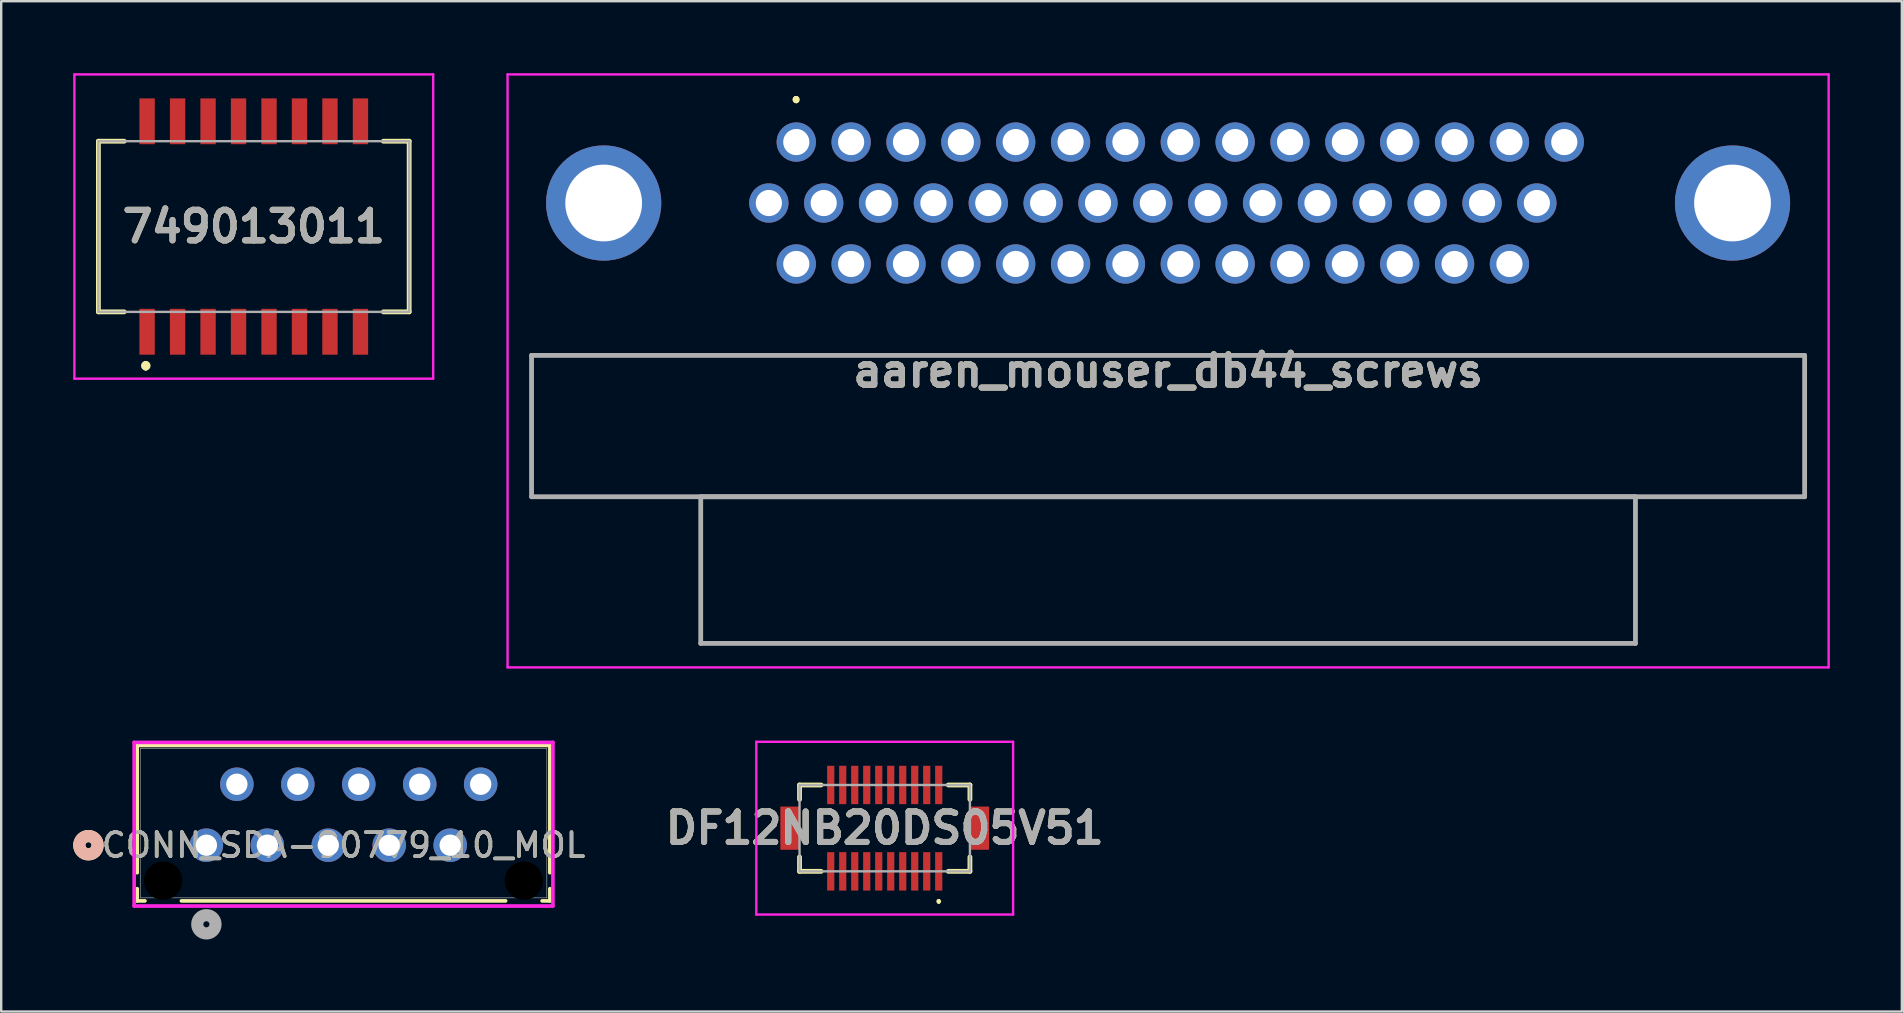
<source format=kicad_pcb>
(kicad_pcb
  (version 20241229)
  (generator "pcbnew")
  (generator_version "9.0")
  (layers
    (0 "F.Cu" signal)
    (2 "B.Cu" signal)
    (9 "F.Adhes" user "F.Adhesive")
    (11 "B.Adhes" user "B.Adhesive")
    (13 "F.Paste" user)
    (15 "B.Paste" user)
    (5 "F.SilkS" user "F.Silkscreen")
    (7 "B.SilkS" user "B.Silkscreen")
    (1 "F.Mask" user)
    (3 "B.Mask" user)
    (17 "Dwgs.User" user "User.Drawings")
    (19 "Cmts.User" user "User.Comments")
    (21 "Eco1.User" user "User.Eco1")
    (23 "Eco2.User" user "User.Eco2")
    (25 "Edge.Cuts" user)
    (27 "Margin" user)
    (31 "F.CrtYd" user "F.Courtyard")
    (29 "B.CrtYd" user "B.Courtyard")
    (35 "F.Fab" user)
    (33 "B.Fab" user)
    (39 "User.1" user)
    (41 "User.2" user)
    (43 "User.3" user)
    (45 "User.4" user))
  (footprint "749013011"
    (layer "F.Cu")
    (at 7.525 6.39)
    (property "Reference" "749013011" (at 0 0 0) (layer "F.SilkS") (effects (font (size 1.27 1.27) (thickness 0.254))))
    (attr smd)
    (fp_line (start -6.475 -3.555) (end -6.475 3.555) (stroke (width 0.2) (type solid)) (layer "F.SilkS"))
    (fp_line (start -6.475 3.555) (end -5.4 3.555) (stroke (width 0.2) (type solid)) (layer "F.SilkS"))
    (fp_line (start -5.4 -3.555) (end -6.475 -3.555) (stroke (width 0.2) (type solid)) (layer "F.SilkS"))
    (fp_line (start -4.5 5.7) (end -4.5 5.7) (stroke (width 0.2) (type solid)) (layer "F.SilkS"))
    (fp_line (start -4.5 5.9) (end -4.5 5.9) (stroke (width 0.2) (type solid)) (layer "F.SilkS"))
    (fp_line (start 5.4 -3.555) (end 6.475 -3.555) (stroke (width 0.2) (type solid)) (layer "F.SilkS"))
    (fp_line (start 6.475 -3.555) (end 6.475 3.555) (stroke (width 0.2) (type solid)) (layer "F.SilkS"))
    (fp_line (start 6.475 3.555) (end 5.4 3.555) (stroke (width 0.2) (type solid)) (layer "F.SilkS"))
    (fp_arc (start -4.5 5.7) (mid -4.4 5.8) (end -4.5 5.9) (stroke (width 0.2) (type solid)) (layer "F.SilkS"))
    (fp_arc (start -4.5 5.9) (mid -4.6 5.8) (end -4.5 5.7) (stroke (width 0.2) (type solid)) (layer "F.SilkS"))
    (fp_line (start -7.475 -6.34) (end 7.475 -6.34) (stroke (width 0.1) (type solid)) (layer "F.CrtYd"))
    (fp_line (start -7.475 6.34) (end -7.475 -6.34) (stroke (width 0.1) (type solid)) (layer "F.CrtYd"))
    (fp_line (start 7.475 -6.34) (end 7.475 6.34) (stroke (width 0.1) (type solid)) (layer "F.CrtYd"))
    (fp_line (start 7.475 6.34) (end -7.475 6.34) (stroke (width 0.1) (type solid)) (layer "F.CrtYd"))
    (fp_line (start -6.475 -3.555) (end 6.475 -3.555) (stroke (width 0.1) (type solid)) (layer "F.Fab"))
    (fp_line (start -6.475 3.555) (end -6.475 -3.555) (stroke (width 0.1) (type solid)) (layer "F.Fab"))
    (fp_line (start 6.475 -3.555) (end 6.475 3.555) (stroke (width 0.1) (type solid)) (layer "F.Fab"))
    (fp_line (start 6.475 3.555) (end -6.475 3.555) (stroke (width 0.1) (type solid)) (layer "F.Fab"))
    (fp_text user "${REFERENCE}" (at 0 0 0) (layer "F.Fab") (effects (font (size 1.27 1.27) (thickness 0.254))))
    (pad "1" smd rect (at -4.445 4.385) (size 0.64 1.91) (layers "F.Cu" "F.Mask" "F.Paste"))
    (pad "2" smd rect (at -3.175 4.385) (size 0.64 1.91) (layers "F.Cu" "F.Mask" "F.Paste"))
    (pad "3" smd rect (at -1.905 4.385) (size 0.64 1.91) (layers "F.Cu" "F.Mask" "F.Paste"))
    (pad "4" smd rect (at -0.635 4.385) (size 0.64 1.91) (layers "F.Cu" "F.Mask" "F.Paste"))
    (pad "5" smd rect (at 0.635 4.385) (size 0.64 1.91) (layers "F.Cu" "F.Mask" "F.Paste"))
    (pad "6" smd rect (at 1.905 4.385) (size 0.64 1.91) (layers "F.Cu" "F.Mask" "F.Paste"))
    (pad "7" smd rect (at 3.175 4.385) (size 0.64 1.91) (layers "F.Cu" "F.Mask" "F.Paste"))
    (pad "8" smd rect (at 4.445 4.385) (size 0.64 1.91) (layers "F.Cu" "F.Mask" "F.Paste"))
    (pad "9" smd rect (at 4.445 -4.385) (size 0.64 1.91) (layers "F.Cu" "F.Mask" "F.Paste"))
    (pad "10" smd rect (at 3.175 -4.385) (size 0.64 1.91) (layers "F.Cu" "F.Mask" "F.Paste"))
    (pad "11" smd rect (at 1.905 -4.385) (size 0.64 1.91) (layers "F.Cu" "F.Mask" "F.Paste"))
    (pad "12" smd rect (at 0.635 -4.385) (size 0.64 1.91) (layers "F.Cu" "F.Mask" "F.Paste"))
    (pad "13" smd rect (at -0.635 -4.385) (size 0.64 1.91) (layers "F.Cu" "F.Mask" "F.Paste"))
    (pad "14" smd rect (at -1.905 -4.385) (size 0.64 1.91) (layers "F.Cu" "F.Mask" "F.Paste"))
    (pad "15" smd rect (at -3.175 -4.385) (size 0.64 1.91) (layers "F.Cu" "F.Mask" "F.Paste"))
    (pad "16" smd rect (at -4.445 -4.385) (size 0.64 1.91) (layers "F.Cu" "F.Mask" "F.Paste")))
  (footprint "CONN_SDA-90779_10_MOL"
    (layer "F.Cu")
    (at 5.55 32.17)
    (property "Reference" "CONN_SDA-90779_10_MOL" (at 5.715 0 0) (unlocked yes) (layer "F.SilkS") (effects (font (size 1 1) (thickness 0.15))))
    (attr through_hole)
    (fp_line (start -2.883 -4.157) (end -2.883 1.147) (stroke (width 0.152) (type solid)) (layer "F.SilkS"))
    (fp_line (start -2.883 1.813) (end -2.883 2.32) (stroke (width 0.152) (type solid)) (layer "F.SilkS"))
    (fp_line (start -2.883 2.32) (end -2.56 2.32) (stroke (width 0.152) (type solid)) (layer "F.SilkS"))
    (fp_line (start -1.04 2.32) (end 12.47 2.32) (stroke (width 0.152) (type solid)) (layer "F.SilkS"))
    (fp_line (start 13.99 2.32) (end 14.313 2.32) (stroke (width 0.152) (type solid)) (layer "F.SilkS"))
    (fp_line (start 14.313 -4.157) (end -2.883 -4.157) (stroke (width 0.152) (type solid)) (layer "F.SilkS"))
    (fp_line (start 14.313 1.147) (end 14.313 -4.157) (stroke (width 0.152) (type solid)) (layer "F.SilkS"))
    (fp_line (start 14.313 2.32) (end 14.313 1.813) (stroke (width 0.152) (type solid)) (layer "F.SilkS"))
    (fp_circle (center -4.915 0) (end -4.534 0) (stroke (width 0.508) (type solid)) (fill no) (layer "F.SilkS"))
    (fp_circle (center -4.915 0) (end -4.534 0) (stroke (width 0.508) (type solid)) (fill no) (layer "B.SilkS"))
    (fp_line (start -3.01 -4.284) (end -3.01 2.534) (stroke (width 0.152) (type solid)) (layer "F.CrtYd"))
    (fp_line (start -3.01 2.534) (end 14.44 2.534) (stroke (width 0.152) (type solid)) (layer "F.CrtYd"))
    (fp_line (start 14.44 -4.284) (end -3.01 -4.284) (stroke (width 0.152) (type solid)) (layer "F.CrtYd"))
    (fp_line (start 14.44 2.534) (end 14.44 -4.284) (stroke (width 0.152) (type solid)) (layer "F.CrtYd"))
    (fp_line (start -2.756 -4.03) (end -2.756 2.193) (stroke (width 0.025) (type solid)) (layer "F.Fab"))
    (fp_line (start -2.756 2.193) (end 14.186 2.193) (stroke (width 0.025) (type solid)) (layer "F.Fab"))
    (fp_line (start 14.186 -4.03) (end -2.756 -4.03) (stroke (width 0.025) (type solid)) (layer "F.Fab"))
    (fp_line (start 14.186 2.193) (end 14.186 -4.03) (stroke (width 0.025) (type solid)) (layer "F.Fab"))
    (fp_circle (center 0 3.296) (end 0.381 3.296) (stroke (width 0.508) (type solid)) (fill no) (layer "F.Fab"))
    (fp_text user "${REFERENCE}" (at 5.715 0 0) (unlocked yes) (layer "F.Fab") (effects (font (size 1 1) (thickness 0.15))))
    (pad "" np_thru_hole circle (at -1.8 1.48) (size 1.6 1.6) (drill 1.6) (layers))
    (pad "" np_thru_hole circle (at 13.23 1.48) (size 1.6 1.6) (drill 1.6) (layers))
    (pad "1" thru_hole circle (at 0 0) (size 1.397 1.397) (drill 0.889) (layers "*.Cu" "*.Mask"))
    (pad "2" thru_hole circle (at 1.27 -2.54) (size 1.397 1.397) (drill 0.889) (layers "*.Cu" "*.Mask"))
    (pad "3" thru_hole circle (at 2.54 0) (size 1.397 1.397) (drill 0.889) (layers "*.Cu" "*.Mask"))
    (pad "4" thru_hole circle (at 3.81 -2.54) (size 1.397 1.397) (drill 0.889) (layers "*.Cu" "*.Mask"))
    (pad "5" thru_hole circle (at 5.08 0) (size 1.397 1.397) (drill 0.889) (layers "*.Cu" "*.Mask"))
    (pad "6" thru_hole circle (at 6.35 -2.54) (size 1.397 1.397) (drill 0.889) (layers "*.Cu" "*.Mask"))
    (pad "7" thru_hole circle (at 7.62 0) (size 1.397 1.397) (drill 0.889) (layers "*.Cu" "*.Mask"))
    (pad "8" thru_hole circle (at 8.89 -2.54) (size 1.397 1.397) (drill 0.889) (layers "*.Cu" "*.Mask"))
    (pad "9" thru_hole circle (at 10.16 0) (size 1.397 1.397) (drill 0.889) (layers "*.Cu" "*.Mask"))
    (pad "10" thru_hole circle (at 11.43 -2.54) (size 1.397 1.397) (drill 0.889) (layers "*.Cu" "*.Mask")))
  (footprint "DF12NB20DS05V51"
    (layer "F.Cu")
    (at 33.817 31.46)
    (property "Reference" "DF12NB20DS05V51" (at 0 0 0) (layer "F.SilkS") (effects (font (size 1.27 1.27) (thickness 0.254))))
    (attr smd)
    (fp_line (start -3.55 -1.8) (end -3.55 -1.2) (stroke (width 0.2) (type solid)) (layer "F.SilkS"))
    (fp_line (start -3.55 1.2) (end -3.55 1.8) (stroke (width 0.2) (type solid)) (layer "F.SilkS"))
    (fp_line (start -3.55 1.8) (end -2.65 1.8) (stroke (width 0.2) (type solid)) (layer "F.SilkS"))
    (fp_line (start -2.65 -1.8) (end -3.55 -1.8) (stroke (width 0.2) (type solid)) (layer "F.SilkS"))
    (fp_line (start 2.25 3) (end 2.25 3) (stroke (width 0.1) (type solid)) (layer "F.SilkS"))
    (fp_line (start 2.25 3.1) (end 2.25 3.1) (stroke (width 0.1) (type solid)) (layer "F.SilkS"))
    (fp_line (start 2.65 -1.8) (end 3.55 -1.8) (stroke (width 0.2) (type solid)) (layer "F.SilkS"))
    (fp_line (start 2.65 1.8) (end 3.55 1.8) (stroke (width 0.2) (type solid)) (layer "F.SilkS"))
    (fp_line (start 3.55 -1.8) (end 3.55 -1.2) (stroke (width 0.2) (type solid)) (layer "F.SilkS"))
    (fp_line (start 3.55 1.8) (end 3.55 1.2) (stroke (width 0.2) (type solid)) (layer "F.SilkS"))
    (fp_arc (start 2.25 3) (mid 2.3 3.05) (end 2.25 3.1) (stroke (width 0.1) (type solid)) (layer "F.SilkS"))
    (fp_arc (start 2.25 3.1) (mid 2.2 3.05) (end 2.25 3) (stroke (width 0.1) (type solid)) (layer "F.SilkS"))
    (fp_line (start -5.35 -3.6) (end 5.35 -3.6) (stroke (width 0.1) (type solid)) (layer "F.CrtYd"))
    (fp_line (start -5.35 3.6) (end -5.35 -3.6) (stroke (width 0.1) (type solid)) (layer "F.CrtYd"))
    (fp_line (start 5.35 -3.6) (end 5.35 3.6) (stroke (width 0.1) (type solid)) (layer "F.CrtYd"))
    (fp_line (start 5.35 3.6) (end -5.35 3.6) (stroke (width 0.1) (type solid)) (layer "F.CrtYd"))
    (fp_line (start -3.55 -1.8) (end 3.55 -1.8) (stroke (width 0.1) (type solid)) (layer "F.Fab"))
    (fp_line (start -3.55 1.8) (end -3.55 -1.8) (stroke (width 0.1) (type solid)) (layer "F.Fab"))
    (fp_line (start 3.55 -1.8) (end 3.55 1.8) (stroke (width 0.1) (type solid)) (layer "F.Fab"))
    (fp_line (start 3.55 1.8) (end -3.55 1.8) (stroke (width 0.1) (type solid)) (layer "F.Fab"))
    (fp_text user "${REFERENCE}" (at 0 0 0) (layer "F.Fab") (effects (font (size 1.27 1.27) (thickness 0.254))))
    (pad "1" smd rect (at 2.25 1.8) (size 0.3 1.6) (layers "F.Cu" "F.Mask" "F.Paste"))
    (pad "2" smd rect (at 2.25 -1.8) (size 0.3 1.6) (layers "F.Cu" "F.Mask" "F.Paste"))
    (pad "3" smd rect (at 1.75 1.8) (size 0.3 1.6) (layers "F.Cu" "F.Mask" "F.Paste"))
    (pad "4" smd rect (at 1.75 -1.8) (size 0.3 1.6) (layers "F.Cu" "F.Mask" "F.Paste"))
    (pad "5" smd rect (at 1.25 1.8) (size 0.3 1.6) (layers "F.Cu" "F.Mask" "F.Paste"))
    (pad "6" smd rect (at 1.25 -1.8) (size 0.3 1.6) (layers "F.Cu" "F.Mask" "F.Paste"))
    (pad "7" smd rect (at 0.75 1.8) (size 0.3 1.6) (layers "F.Cu" "F.Mask" "F.Paste"))
    (pad "8" smd rect (at 0.75 -1.8) (size 0.3 1.6) (layers "F.Cu" "F.Mask" "F.Paste"))
    (pad "9" smd rect (at 0.25 1.8) (size 0.3 1.6) (layers "F.Cu" "F.Mask" "F.Paste"))
    (pad "10" smd rect (at 0.25 -1.8) (size 0.3 1.6) (layers "F.Cu" "F.Mask" "F.Paste"))
    (pad "11" smd rect (at -0.25 1.8) (size 0.3 1.6) (layers "F.Cu" "F.Mask" "F.Paste"))
    (pad "12" smd rect (at -0.25 -1.8) (size 0.3 1.6) (layers "F.Cu" "F.Mask" "F.Paste"))
    (pad "13" smd rect (at -0.75 1.8) (size 0.3 1.6) (layers "F.Cu" "F.Mask" "F.Paste"))
    (pad "14" smd rect (at -0.75 -1.8) (size 0.3 1.6) (layers "F.Cu" "F.Mask" "F.Paste"))
    (pad "15" smd rect (at -1.25 1.8) (size 0.3 1.6) (layers "F.Cu" "F.Mask" "F.Paste"))
    (pad "16" smd rect (at -1.25 -1.8) (size 0.3 1.6) (layers "F.Cu" "F.Mask" "F.Paste"))
    (pad "17" smd rect (at -1.75 1.8) (size 0.3 1.6) (layers "F.Cu" "F.Mask" "F.Paste"))
    (pad "18" smd rect (at -1.75 -1.8) (size 0.3 1.6) (layers "F.Cu" "F.Mask" "F.Paste"))
    (pad "19" smd rect (at -2.25 1.8) (size 0.3 1.6) (layers "F.Cu" "F.Mask" "F.Paste"))
    (pad "20" smd rect (at -2.25 -1.8) (size 0.3 1.6) (layers "F.Cu" "F.Mask" "F.Paste"))
    (pad "21" smd rect (at 3.95 0) (size 0.8 1.8) (layers "F.Cu" "F.Mask" "F.Paste"))
    (pad "22" smd rect (at -3.95 0) (size 0.8 1.8) (layers "F.Cu" "F.Mask" "F.Paste")))
  (footprint "aaren_mouser_db44_screws"
    (layer "F.Cu")
    (at 30.131 2.87)
    (property "Reference" "aaren_mouser_db44_screws" (at 15.494 9.535 0) (layer "F.SilkS") (effects (font (size 1.27 1.27) (thickness 0.254))))
    (attr through_hole)
    (fp_line (start -11.031 8.89) (end 42.019 8.89) (stroke (width 0.1) (type solid)) (layer "F.SilkS"))
    (fp_line (start -11.031 14.78) (end -11.031 8.89) (stroke (width 0.1) (type solid)) (layer "F.SilkS"))
    (fp_line (start -3.981 14.78) (end 34.969 14.78) (stroke (width 0.1) (type solid)) (layer "F.SilkS"))
    (fp_line (start -3.981 20.89) (end -3.981 14.78) (stroke (width 0.1) (type solid)) (layer "F.SilkS"))
    (fp_line (start -0.006 -1.82) (end -0.006 -1.82) (stroke (width 0.2) (type solid)) (layer "F.SilkS"))
    (fp_line (start -0.006 -1.82) (end -0.006 -1.82) (stroke (width 0.2) (type solid)) (layer "F.SilkS"))
    (fp_line (start 0 -1.72) (end 0 -1.72) (stroke (width 0.2) (type solid)) (layer "F.SilkS"))
    (fp_line (start 34.969 14.78) (end 34.969 20.89) (stroke (width 0.1) (type solid)) (layer "F.SilkS"))
    (fp_line (start 34.969 20.89) (end -3.981 20.89) (stroke (width 0.1) (type solid)) (layer "F.SilkS"))
    (fp_line (start 42.019 8.89) (end 42.019 14.78) (stroke (width 0.1) (type solid)) (layer "F.SilkS"))
    (fp_line (start 42.019 14.78) (end -11.031 14.78) (stroke (width 0.1) (type solid)) (layer "F.SilkS"))
    (fp_arc (start -0.006 -1.82) (mid 0.047 -1.773) (end 0 -1.72) (stroke (width 0.2) (type solid)) (layer "F.SilkS"))
    (fp_arc (start 0 -1.72) (mid -0.053 -1.767) (end -0.006 -1.82) (stroke (width 0.2) (type solid)) (layer "F.SilkS"))
    (fp_arc (start 0 -1.72) (mid -0.053 -1.767) (end -0.006 -1.82) (stroke (width 0.2) (type solid)) (layer "F.SilkS"))
    (fp_line (start -12.031 -2.82) (end 43.019 -2.82) (stroke (width 0.1) (type solid)) (layer "F.CrtYd"))
    (fp_line (start -12.031 21.89) (end -12.031 -2.82) (stroke (width 0.1) (type solid)) (layer "F.CrtYd"))
    (fp_line (start 43.019 -2.82) (end 43.019 21.89) (stroke (width 0.1) (type solid)) (layer "F.CrtYd"))
    (fp_line (start 43.019 21.89) (end -12.031 21.89) (stroke (width 0.1) (type solid)) (layer "F.CrtYd"))
    (fp_line (start -11.031 8.89) (end -11.031 14.78) (stroke (width 0.2) (type solid)) (layer "F.Fab"))
    (fp_line (start -11.031 14.78) (end 42.019 14.78) (stroke (width 0.2) (type solid)) (layer "F.Fab"))
    (fp_line (start -3.981 14.78) (end 34.969 14.78) (stroke (width 0.2) (type solid)) (layer "F.Fab"))
    (fp_line (start -3.981 20.89) (end -3.981 14.78) (stroke (width 0.2) (type solid)) (layer "F.Fab"))
    (fp_line (start 34.969 14.78) (end 34.969 20.89) (stroke (width 0.2) (type solid)) (layer "F.Fab"))
    (fp_line (start 34.969 20.89) (end -3.981 20.89) (stroke (width 0.2) (type solid)) (layer "F.Fab"))
    (fp_line (start 42.019 8.89) (end -11.031 8.89) (stroke (width 0.2) (type solid)) (layer "F.Fab"))
    (fp_line (start 42.019 14.78) (end 42.019 8.89) (stroke (width 0.2) (type solid)) (layer "F.Fab"))
    (fp_text user "${REFERENCE}" (at 15.494 9.535 0) (layer "F.Fab") (effects (font (size 1.27 1.27) (thickness 0.254))))
    (pad "1" thru_hole circle (at 0 0) (size 1.638 1.638) (drill 1.092) (layers "*.Cu" "*.Mask"))
    (pad "2" thru_hole circle (at 2.286 0) (size 1.638 1.638) (drill 1.092) (layers "*.Cu" "*.Mask"))
    (pad "3" thru_hole circle (at 4.572 0) (size 1.638 1.638) (drill 1.092) (layers "*.Cu" "*.Mask"))
    (pad "4" thru_hole circle (at 6.858 0) (size 1.638 1.638) (drill 1.092) (layers "*.Cu" "*.Mask"))
    (pad "5" thru_hole circle (at 9.144 0) (size 1.638 1.638) (drill 1.092) (layers "*.Cu" "*.Mask"))
    (pad "6" thru_hole circle (at 11.43 0) (size 1.638 1.638) (drill 1.092) (layers "*.Cu" "*.Mask"))
    (pad "7" thru_hole circle (at 13.716 0) (size 1.638 1.638) (drill 1.092) (layers "*.Cu" "*.Mask"))
    (pad "8" thru_hole circle (at 16.002 0) (size 1.638 1.638) (drill 1.092) (layers "*.Cu" "*.Mask"))
    (pad "9" thru_hole circle (at 18.288 0) (size 1.638 1.638) (drill 1.092) (layers "*.Cu" "*.Mask"))
    (pad "10" thru_hole circle (at 20.574 0) (size 1.638 1.638) (drill 1.092) (layers "*.Cu" "*.Mask"))
    (pad "11" thru_hole circle (at 22.86 0) (size 1.638 1.638) (drill 1.092) (layers "*.Cu" "*.Mask"))
    (pad "12" thru_hole circle (at 25.146 0) (size 1.638 1.638) (drill 1.092) (layers "*.Cu" "*.Mask"))
    (pad "13" thru_hole circle (at 27.432 0) (size 1.638 1.638) (drill 1.092) (layers "*.Cu" "*.Mask"))
    (pad "14" thru_hole circle (at 29.718 0) (size 1.638 1.638) (drill 1.092) (layers "*.Cu" "*.Mask"))
    (pad "15" thru_hole circle (at 32.004 0) (size 1.638 1.638) (drill 1.092) (layers "*.Cu" "*.Mask"))
    (pad "16" thru_hole circle (at -1.143 2.54) (size 1.638 1.638) (drill 1.092) (layers "*.Cu" "*.Mask"))
    (pad "17" thru_hole circle (at 1.143 2.54) (size 1.638 1.638) (drill 1.092) (layers "*.Cu" "*.Mask"))
    (pad "18" thru_hole circle (at 3.429 2.54) (size 1.638 1.638) (drill 1.092) (layers "*.Cu" "*.Mask"))
    (pad "19" thru_hole circle (at 5.715 2.54) (size 1.638 1.638) (drill 1.092) (layers "*.Cu" "*.Mask"))
    (pad "20" thru_hole circle (at 8.001 2.54) (size 1.638 1.638) (drill 1.092) (layers "*.Cu" "*.Mask"))
    (pad "21" thru_hole circle (at 10.287 2.54) (size 1.638 1.638) (drill 1.092) (layers "*.Cu" "*.Mask"))
    (pad "22" thru_hole circle (at 12.573 2.54) (size 1.638 1.638) (drill 1.092) (layers "*.Cu" "*.Mask"))
    (pad "23" thru_hole circle (at 14.859 2.54) (size 1.638 1.638) (drill 1.092) (layers "*.Cu" "*.Mask"))
    (pad "24" thru_hole circle (at 17.145 2.54) (size 1.638 1.638) (drill 1.092) (layers "*.Cu" "*.Mask"))
    (pad "25" thru_hole circle (at 19.431 2.54) (size 1.638 1.638) (drill 1.092) (layers "*.Cu" "*.Mask"))
    (pad "26" thru_hole circle (at 21.717 2.54) (size 1.638 1.638) (drill 1.092) (layers "*.Cu" "*.Mask"))
    (pad "27" thru_hole circle (at 24.003 2.54) (size 1.638 1.638) (drill 1.092) (layers "*.Cu" "*.Mask"))
    (pad "28" thru_hole circle (at 26.289 2.54) (size 1.638 1.638) (drill 1.092) (layers "*.Cu" "*.Mask"))
    (pad "29" thru_hole circle (at 28.575 2.54) (size 1.638 1.638) (drill 1.092) (layers "*.Cu" "*.Mask"))
    (pad "30" thru_hole circle (at 30.861 2.54) (size 1.638 1.638) (drill 1.092) (layers "*.Cu" "*.Mask"))
    (pad "31" thru_hole circle (at 0 5.08) (size 1.638 1.638) (drill 1.092) (layers "*.Cu" "*.Mask"))
    (pad "32" thru_hole circle (at 2.286 5.08) (size 1.638 1.638) (drill 1.092) (layers "*.Cu" "*.Mask"))
    (pad "33" thru_hole circle (at 4.572 5.08) (size 1.638 1.638) (drill 1.092) (layers "*.Cu" "*.Mask"))
    (pad "34" thru_hole circle (at 6.858 5.08) (size 1.638 1.638) (drill 1.092) (layers "*.Cu" "*.Mask"))
    (pad "35" thru_hole circle (at 9.144 5.08) (size 1.638 1.638) (drill 1.092) (layers "*.Cu" "*.Mask"))
    (pad "36" thru_hole circle (at 11.43 5.08) (size 1.638 1.638) (drill 1.092) (layers "*.Cu" "*.Mask"))
    (pad "37" thru_hole circle (at 13.716 5.08) (size 1.638 1.638) (drill 1.092) (layers "*.Cu" "*.Mask"))
    (pad "38" thru_hole circle (at 16.002 5.08) (size 1.638 1.638) (drill 1.092) (layers "*.Cu" "*.Mask"))
    (pad "39" thru_hole circle (at 18.288 5.08) (size 1.638 1.638) (drill 1.092) (layers "*.Cu" "*.Mask"))
    (pad "40" thru_hole circle (at 20.574 5.08) (size 1.638 1.638) (drill 1.092) (layers "*.Cu" "*.Mask"))
    (pad "41" thru_hole circle (at 22.86 5.08) (size 1.638 1.638) (drill 1.092) (layers "*.Cu" "*.Mask"))
    (pad "42" thru_hole circle (at 25.146 5.08) (size 1.638 1.638) (drill 1.092) (layers "*.Cu" "*.Mask"))
    (pad "43" thru_hole circle (at 27.432 5.08) (size 1.638 1.638) (drill 1.092) (layers "*.Cu" "*.Mask"))
    (pad "44" thru_hole circle (at 29.718 5.08) (size 1.638 1.638) (drill 1.092) (layers "*.Cu" "*.Mask"))
    (pad "MH1" thru_hole circle (at -8.026 2.54) (size 4.801 4.801) (drill 3.2) (layers "*.Cu" "*.Mask"))
    (pad "MH2" thru_hole circle (at 39.014 2.54) (size 4.801 4.801) (drill 3.2) (layers "*.Cu" "*.Mask")))
  (gr_rect
    (start -3 -3)
    (end 76.2 39.101)
    (stroke (width 0.1) (type default))
    (fill no)
    (layer "Edge.Cuts")))
</source>
